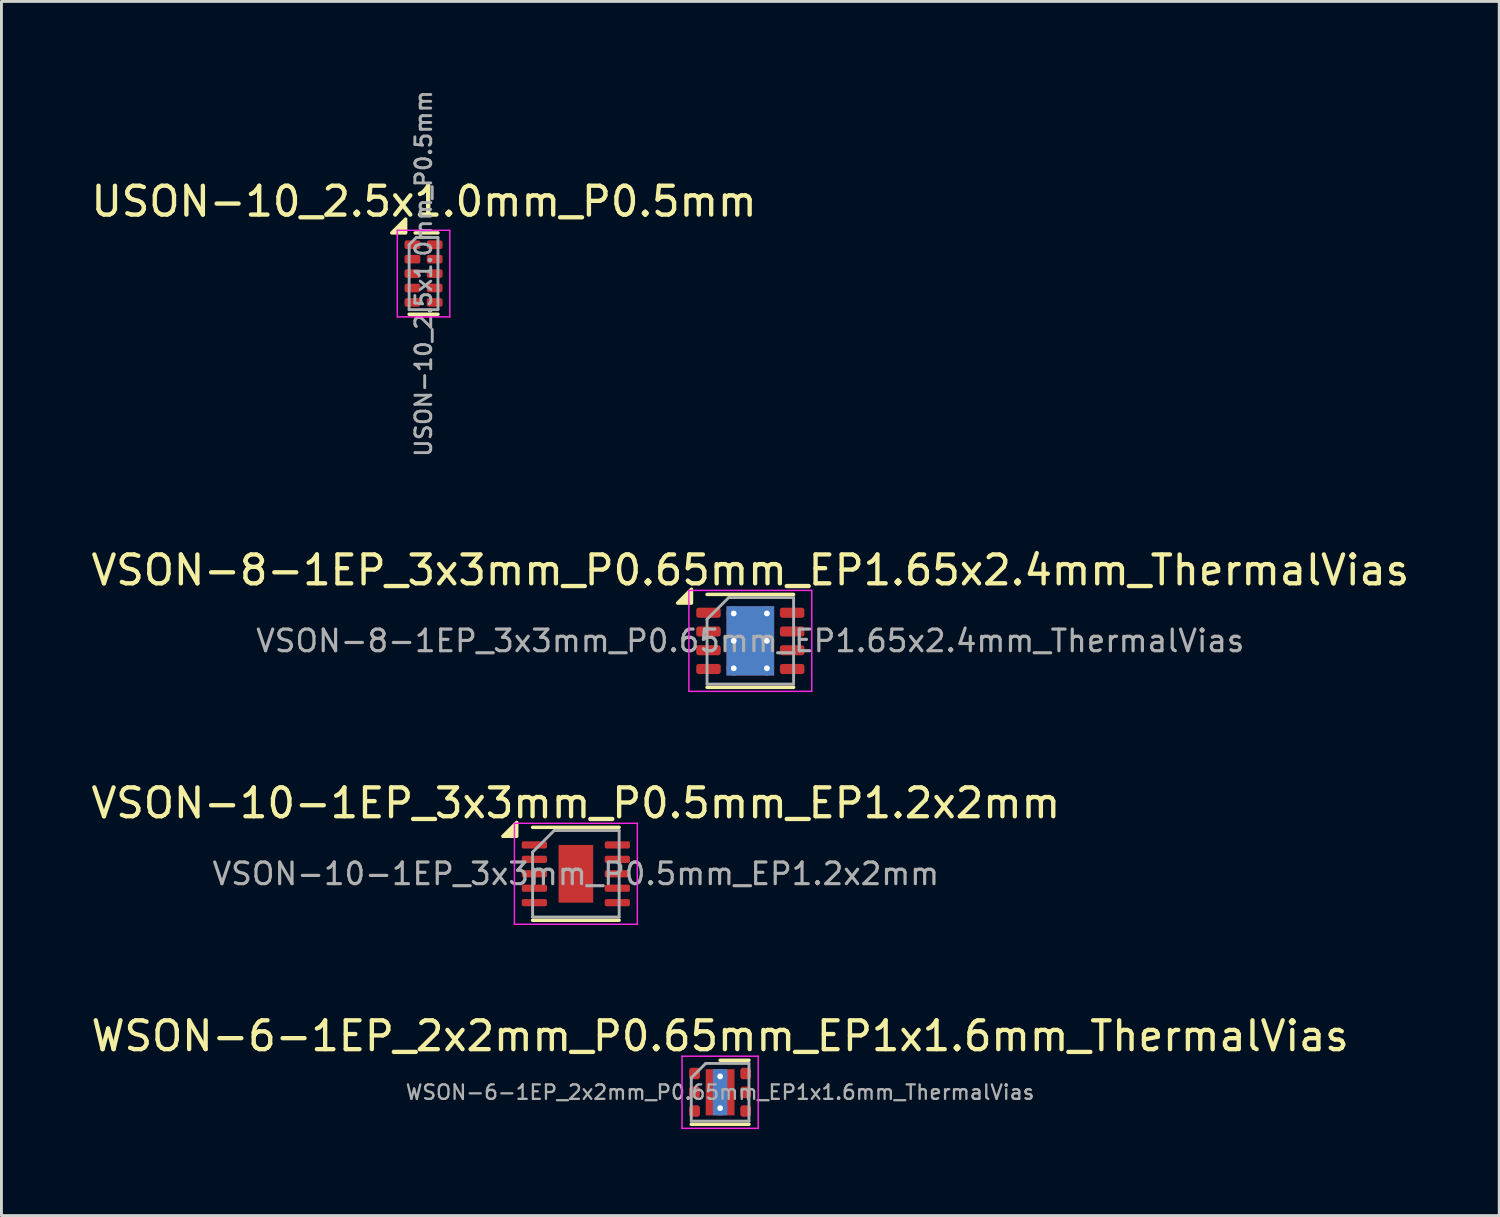
<source format=kicad_pcb>
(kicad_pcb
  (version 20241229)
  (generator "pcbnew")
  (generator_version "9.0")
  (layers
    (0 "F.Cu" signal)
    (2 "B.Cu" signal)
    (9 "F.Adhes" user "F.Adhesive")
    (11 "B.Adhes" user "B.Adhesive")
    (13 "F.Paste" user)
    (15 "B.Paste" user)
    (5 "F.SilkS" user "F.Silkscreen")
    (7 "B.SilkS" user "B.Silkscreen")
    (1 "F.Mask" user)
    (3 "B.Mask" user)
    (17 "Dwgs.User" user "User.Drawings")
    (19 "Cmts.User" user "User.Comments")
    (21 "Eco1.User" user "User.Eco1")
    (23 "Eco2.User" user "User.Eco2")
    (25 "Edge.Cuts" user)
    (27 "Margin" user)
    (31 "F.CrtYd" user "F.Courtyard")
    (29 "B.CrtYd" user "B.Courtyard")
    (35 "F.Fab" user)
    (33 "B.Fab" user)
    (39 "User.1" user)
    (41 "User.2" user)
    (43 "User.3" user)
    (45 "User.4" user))
  (footprint "USON-10_2.5x1.0mm_P0.5mm"
    (layer "F.Cu")
    (at 11.631 6.433)
    (property "Reference" "USON-10_2.5x1.0mm_P0.5mm" (at 0.018 -2.5 0) (layer "F.SilkS") (effects (font (size 1 1) (thickness 0.15))))
    (attr smd)
    (fp_line (start 0.5 -1.41) (end -0.29 -1.41) (stroke (width 0.12) (type solid)) (layer "F.SilkS"))
    (fp_line (start 0.5 1.41) (end -0.5 1.41) (stroke (width 0.12) (type solid)) (layer "F.SilkS"))
    (fp_poly (pts (xy -0.62 -1.41) (xy -1.1 -1.41) (xy -0.62 -1.89) (xy -0.62 -1.41)) (stroke (width 0.12) (type solid)) (fill yes) (layer "F.SilkS"))
    (fp_line (start -0.91 -1.5) (end 0.91 -1.5) (stroke (width 0.05) (type solid)) (layer "F.CrtYd"))
    (fp_line (start -0.91 1.5) (end -0.91 -1.5) (stroke (width 0.05) (type solid)) (layer "F.CrtYd"))
    (fp_line (start 0.91 -1.5) (end 0.91 1.5) (stroke (width 0.05) (type solid)) (layer "F.CrtYd"))
    (fp_line (start 0.91 1.5) (end -0.91 1.5) (stroke (width 0.05) (type solid)) (layer "F.CrtYd"))
    (fp_line (start -0.5 -1) (end -0.5 1.25) (stroke (width 0.1) (type solid)) (layer "F.Fab"))
    (fp_line (start -0.5 1.25) (end 0.5 1.25) (stroke (width 0.1) (type solid)) (layer "F.Fab"))
    (fp_line (start -0.25 -1.25) (end -0.5 -1) (stroke (width 0.1) (type solid)) (layer "F.Fab"))
    (fp_line (start 0.5 -1.25) (end -0.25 -1.25) (stroke (width 0.1) (type solid)) (layer "F.Fab"))
    (fp_line (start 0.5 -1.25) (end 0.5 1.25) (stroke (width 0.1) (type solid)) (layer "F.Fab"))
    (fp_text user "${REFERENCE}" (at 0 0 90) (layer "F.Fab") (effects (font (size 0.55 0.55) (thickness 0.1))))
    (pad "1" smd roundrect (at -0.385 -1 270) (size 0.3 0.55) (layers "F.Cu" "F.Mask" "F.Paste") (roundrect_rratio 0.25))
    (pad "2" smd roundrect (at -0.385 -0.5 270) (size 0.3 0.55) (layers "F.Cu" "F.Mask" "F.Paste") (roundrect_rratio 0.25))
    (pad "3" smd roundrect (at -0.385 0 270) (size 0.3 0.55) (layers "F.Cu" "F.Mask" "F.Paste") (roundrect_rratio 0.25))
    (pad "4" smd roundrect (at -0.385 0.5 270) (size 0.3 0.55) (layers "F.Cu" "F.Mask" "F.Paste") (roundrect_rratio 0.25))
    (pad "5" smd roundrect (at -0.385 1 270) (size 0.3 0.55) (layers "F.Cu" "F.Mask" "F.Paste") (roundrect_rratio 0.25))
    (pad "6" smd roundrect (at 0.385 1 270) (size 0.3 0.55) (layers "F.Cu" "F.Mask" "F.Paste") (roundrect_rratio 0.25))
    (pad "7" smd roundrect (at 0.385 0.5 270) (size 0.3 0.55) (layers "F.Cu" "F.Mask" "F.Paste") (roundrect_rratio 0.25))
    (pad "8" smd roundrect (at 0.385 0 270) (size 0.3 0.55) (layers "F.Cu" "F.Mask" "F.Paste") (roundrect_rratio 0.25))
    (pad "9" smd roundrect (at 0.385 -0.5 270) (size 0.3 0.55) (layers "F.Cu" "F.Mask" "F.Paste") (roundrect_rratio 0.25))
    (pad "10" smd roundrect (at 0.385 -1 270) (size 0.3 0.55) (layers "F.Cu" "F.Mask" "F.Paste") (roundrect_rratio 0.25)))
  (footprint "WSON-6-1EP_2x2mm_P0.65mm_EP1x1.6mm_ThermalVias"
    (layer "F.Cu")
    (at 21.911 34.811)
    (property "Reference" "WSON-6-1EP_2x2mm_P0.65mm_EP1x1.6mm_ThermalVias" (at 0 -1.95 0) (layer "F.SilkS") (effects (font (size 1 1) (thickness 0.15))))
    (attr smd)
    (fp_line (start -1 1.11) (end 1 1.11) (stroke (width 0.12) (type solid)) (layer "F.SilkS"))
    (fp_line (start 0 -1.11) (end 1 -1.11) (stroke (width 0.12) (type solid)) (layer "F.SilkS"))
    (fp_line (start -1.32 -1.25) (end -1.32 1.25) (stroke (width 0.05) (type solid)) (layer "F.CrtYd"))
    (fp_line (start -1.32 1.25) (end 1.32 1.25) (stroke (width 0.05) (type solid)) (layer "F.CrtYd"))
    (fp_line (start 1.32 -1.25) (end -1.32 -1.25) (stroke (width 0.05) (type solid)) (layer "F.CrtYd"))
    (fp_line (start 1.32 1.25) (end 1.32 -1.25) (stroke (width 0.05) (type solid)) (layer "F.CrtYd"))
    (fp_line (start -1 -0.5) (end -0.5 -1) (stroke (width 0.1) (type solid)) (layer "F.Fab"))
    (fp_line (start -1 1) (end -1 -0.5) (stroke (width 0.1) (type solid)) (layer "F.Fab"))
    (fp_line (start -0.5 -1) (end 1 -1) (stroke (width 0.1) (type solid)) (layer "F.Fab"))
    (fp_line (start 1 -1) (end 1 1) (stroke (width 0.1) (type solid)) (layer "F.Fab"))
    (fp_line (start 1 1) (end -1 1) (stroke (width 0.1) (type solid)) (layer "F.Fab"))
    (fp_text user "${REFERENCE}" (at 0 0 0) (layer "F.Fab") (effects (font (size 0.5 0.5) (thickness 0.08))))
    (pad "" smd roundrect (at 0 -0.4) (size 0.87 0.69) (layers "F.Paste") (roundrect_rratio 0.25))
    (pad "" smd roundrect (at 0 0.4) (size 0.87 0.69) (layers "F.Paste") (roundrect_rratio 0.25))
    (pad "1" smd roundrect (at -0.887 -0.65) (size 0.375 0.4) (layers "F.Cu" "F.Mask" "F.Paste") (roundrect_rratio 0.25))
    (pad "2" smd roundrect (at -0.887 0) (size 0.375 0.4) (layers "F.Cu" "F.Mask" "F.Paste") (roundrect_rratio 0.25))
    (pad "3" smd roundrect (at -0.887 0.65) (size 0.375 0.4) (layers "F.Cu" "F.Mask" "F.Paste") (roundrect_rratio 0.25))
    (pad "4" smd roundrect (at 0.887 0.65) (size 0.375 0.4) (layers "F.Cu" "F.Mask" "F.Paste") (roundrect_rratio 0.25))
    (pad "5" smd roundrect (at 0.887 0) (size 0.375 0.4) (layers "F.Cu" "F.Mask" "F.Paste") (roundrect_rratio 0.25))
    (pad "6" smd roundrect (at 0.887 -0.65) (size 0.375 0.4) (layers "F.Cu" "F.Mask" "F.Paste") (roundrect_rratio 0.25))
    (pad "7" thru_hole circle (at 0 -0.55) (size 0.5 0.5) (drill 0.2) (layers "*.Cu"))
    (pad "7" smd rect (at 0 0) (size 0.5 1.6) (layers "B.Cu"))
    (pad "7" smd rect (at 0 0) (size 1 1.6) (layers "F.Cu" "F.Mask"))
    (pad "7" thru_hole circle (at 0 0.55) (size 0.5 0.5) (drill 0.2) (layers "*.Cu")))
  (footprint "VSON-10-1EP_3x3mm_P0.5mm_EP1.2x2mm"
    (layer "F.Cu")
    (at 16.911 27.238)
    (property "Reference" "VSON-10-1EP_3x3mm_P0.5mm_EP1.2x2mm" (at 0 -2.45 0) (layer "F.SilkS") (effects (font (size 1 1) (thickness 0.15))))
    (attr smd)
    (fp_line (start -1.5 -1.61) (end 1.5 -1.61) (stroke (width 0.12) (type solid)) (layer "F.SilkS"))
    (fp_line (start -1.5 1.61) (end 1.5 1.61) (stroke (width 0.12) (type solid)) (layer "F.SilkS"))
    (fp_poly (pts (xy -2.05 -1.3) (xy -2.53 -1.3) (xy -2.05 -1.78) (xy -2.05 -1.3)) (stroke (width 0.12) (type solid)) (fill yes) (layer "F.SilkS"))
    (fp_line (start -2.13 -1.75) (end -2.13 1.75) (stroke (width 0.05) (type solid)) (layer "F.CrtYd"))
    (fp_line (start -2.13 1.75) (end 2.13 1.75) (stroke (width 0.05) (type solid)) (layer "F.CrtYd"))
    (fp_line (start 2.13 -1.75) (end -2.13 -1.75) (stroke (width 0.05) (type solid)) (layer "F.CrtYd"))
    (fp_line (start 2.13 1.75) (end 2.13 -1.75) (stroke (width 0.05) (type solid)) (layer "F.CrtYd"))
    (fp_line (start -1.5 -0.75) (end -0.75 -1.5) (stroke (width 0.1) (type solid)) (layer "F.Fab"))
    (fp_line (start -1.5 1.5) (end -1.5 -0.75) (stroke (width 0.1) (type solid)) (layer "F.Fab"))
    (fp_line (start -0.75 -1.5) (end 1.5 -1.5) (stroke (width 0.1) (type solid)) (layer "F.Fab"))
    (fp_line (start 1.5 -1.5) (end 1.5 1.5) (stroke (width 0.1) (type solid)) (layer "F.Fab"))
    (fp_line (start 1.5 1.5) (end -1.5 1.5) (stroke (width 0.1) (type solid)) (layer "F.Fab"))
    (fp_text user "${REFERENCE}" (at 0 0 0) (layer "F.Fab") (effects (font (size 0.75 0.75) (thickness 0.11))))
    (pad "" smd roundrect (at -0.3 -0.5) (size 0.48 0.81) (layers "F.Paste") (roundrect_rratio 0.25))
    (pad "" smd roundrect (at -0.3 0.5) (size 0.48 0.81) (layers "F.Paste") (roundrect_rratio 0.25))
    (pad "" smd roundrect (at 0.3 -0.5) (size 0.48 0.81) (layers "F.Paste") (roundrect_rratio 0.25))
    (pad "" smd roundrect (at 0.3 0.5) (size 0.48 0.81) (layers "F.Paste") (roundrect_rratio 0.25))
    (pad "1" smd roundrect (at -1.438 -1) (size 0.875 0.25) (layers "F.Cu" "F.Mask" "F.Paste") (roundrect_rratio 0.25))
    (pad "2" smd roundrect (at -1.438 -0.5) (size 0.875 0.25) (layers "F.Cu" "F.Mask" "F.Paste") (roundrect_rratio 0.25))
    (pad "3" smd roundrect (at -1.438 0) (size 0.875 0.25) (layers "F.Cu" "F.Mask" "F.Paste") (roundrect_rratio 0.25))
    (pad "4" smd roundrect (at -1.438 0.5) (size 0.875 0.25) (layers "F.Cu" "F.Mask" "F.Paste") (roundrect_rratio 0.25))
    (pad "5" smd roundrect (at -1.438 1) (size 0.875 0.25) (layers "F.Cu" "F.Mask" "F.Paste") (roundrect_rratio 0.25))
    (pad "6" smd roundrect (at 1.438 1) (size 0.875 0.25) (layers "F.Cu" "F.Mask" "F.Paste") (roundrect_rratio 0.25))
    (pad "7" smd roundrect (at 1.438 0.5) (size 0.875 0.25) (layers "F.Cu" "F.Mask" "F.Paste") (roundrect_rratio 0.25))
    (pad "8" smd roundrect (at 1.438 0) (size 0.875 0.25) (layers "F.Cu" "F.Mask" "F.Paste") (roundrect_rratio 0.25))
    (pad "9" smd roundrect (at 1.438 -0.5) (size 0.875 0.25) (layers "F.Cu" "F.Mask" "F.Paste") (roundrect_rratio 0.25))
    (pad "10" smd roundrect (at 1.438 -1) (size 0.875 0.25) (layers "F.Cu" "F.Mask" "F.Paste") (roundrect_rratio 0.25))
    (pad "11" smd rect (at 0 0) (size 1.2 2) (property pad_prop_heatsink) (layers "F.Cu" "F.Mask")))
  (footprint "VSON-8-1EP_3x3mm_P0.65mm_EP1.65x2.4mm_ThermalVias"
    (layer "F.Cu")
    (at 22.958 19.164)
    (property "Reference" "VSON-8-1EP_3x3mm_P0.65mm_EP1.65x2.4mm_ThermalVias" (at 0 -2.45 0) (layer "F.SilkS") (effects (font (size 1 1) (thickness 0.15))))
    (attr smd)
    (fp_line (start -1.5 -1.61) (end 1.5 -1.61) (stroke (width 0.12) (type solid)) (layer "F.SilkS"))
    (fp_line (start -1.5 1.61) (end 1.5 1.61) (stroke (width 0.12) (type solid)) (layer "F.SilkS"))
    (fp_poly (pts (xy -2.04 -1.31) (xy -2.52 -1.31) (xy -2.04 -1.79) (xy -2.04 -1.31)) (stroke (width 0.12) (type solid)) (fill yes) (layer "F.SilkS"))
    (fp_line (start -2.13 -1.75) (end -2.13 1.75) (stroke (width 0.05) (type solid)) (layer "F.CrtYd"))
    (fp_line (start -2.13 1.75) (end 2.13 1.75) (stroke (width 0.05) (type solid)) (layer "F.CrtYd"))
    (fp_line (start 2.13 -1.75) (end -2.13 -1.75) (stroke (width 0.05) (type solid)) (layer "F.CrtYd"))
    (fp_line (start 2.13 1.75) (end 2.13 -1.75) (stroke (width 0.05) (type solid)) (layer "F.CrtYd"))
    (fp_line (start -1.5 -0.75) (end -0.75 -1.5) (stroke (width 0.1) (type solid)) (layer "F.Fab"))
    (fp_line (start -1.5 1.5) (end -1.5 -0.75) (stroke (width 0.1) (type solid)) (layer "F.Fab"))
    (fp_line (start -0.75 -1.5) (end 1.5 -1.5) (stroke (width 0.1) (type solid)) (layer "F.Fab"))
    (fp_line (start 1.5 -1.5) (end 1.5 1.5) (stroke (width 0.1) (type solid)) (layer "F.Fab"))
    (fp_line (start 1.5 1.5) (end -1.5 1.5) (stroke (width 0.1) (type solid)) (layer "F.Fab"))
    (fp_text user "${REFERENCE}" (at 0 0 0) (layer "F.Fab") (effects (font (size 0.75 0.75) (thickness 0.11))))
    (pad "1" smd roundrect (at -1.45 -0.975) (size 0.85 0.35) (layers "F.Cu" "F.Mask" "F.Paste") (roundrect_rratio 0.25))
    (pad "2" smd roundrect (at -1.45 -0.325) (size 0.85 0.35) (layers "F.Cu" "F.Mask" "F.Paste") (roundrect_rratio 0.25))
    (pad "3" smd roundrect (at -1.45 0.325) (size 0.85 0.35) (layers "F.Cu" "F.Mask" "F.Paste") (roundrect_rratio 0.25))
    (pad "4" smd roundrect (at -1.45 0.975) (size 0.85 0.35) (layers "F.Cu" "F.Mask" "F.Paste") (roundrect_rratio 0.25))
    (pad "5" smd roundrect (at 1.45 0.975) (size 0.85 0.35) (layers "F.Cu" "F.Mask" "F.Paste") (roundrect_rratio 0.25))
    (pad "6" smd roundrect (at 1.45 0.325) (size 0.85 0.35) (layers "F.Cu" "F.Mask" "F.Paste") (roundrect_rratio 0.25))
    (pad "7" smd roundrect (at 1.45 -0.325) (size 0.85 0.35) (layers "F.Cu" "F.Mask" "F.Paste") (roundrect_rratio 0.25))
    (pad "8" smd roundrect (at 1.45 -0.975) (size 0.85 0.35) (layers "F.Cu" "F.Mask" "F.Paste") (roundrect_rratio 0.25))
    (pad "9" thru_hole circle (at -0.575 -0.95) (size 0.5 0.5) (drill 0.2) (property pad_prop_heatsink) (layers "*.Cu"))
    (pad "9" thru_hole circle (at -0.575 0) (size 0.5 0.5) (drill 0.2) (property pad_prop_heatsink) (layers "*.Cu"))
    (pad "9" thru_hole circle (at -0.575 0.95) (size 0.5 0.5) (drill 0.2) (property pad_prop_heatsink) (layers "*.Cu"))
    (pad "9" smd rect (at 0 0) (size 1.65 2.4) (property pad_prop_heatsink) (layers "F.Cu" "F.Mask"))
    (pad "9" smd rect (at 0 0) (size 1.65 2.4) (property pad_prop_heatsink) (layers "B.Cu"))
    (pad "9" thru_hole circle (at 0.575 -0.95) (size 0.5 0.5) (drill 0.2) (property pad_prop_heatsink) (layers "*.Cu"))
    (pad "9" thru_hole circle (at 0.575 0) (size 0.5 0.5) (drill 0.2) (property pad_prop_heatsink) (layers "*.Cu"))
    (pad "9" thru_hole circle (at 0.575 0.95) (size 0.5 0.5) (drill 0.2) (property pad_prop_heatsink) (layers "*.Cu")))
  (gr_rect
    (start -3 -3)
    (end 48.917 39.086)
    (stroke (width 0.1) (type default))
    (fill no)
    (layer "Edge.Cuts")))
</source>
